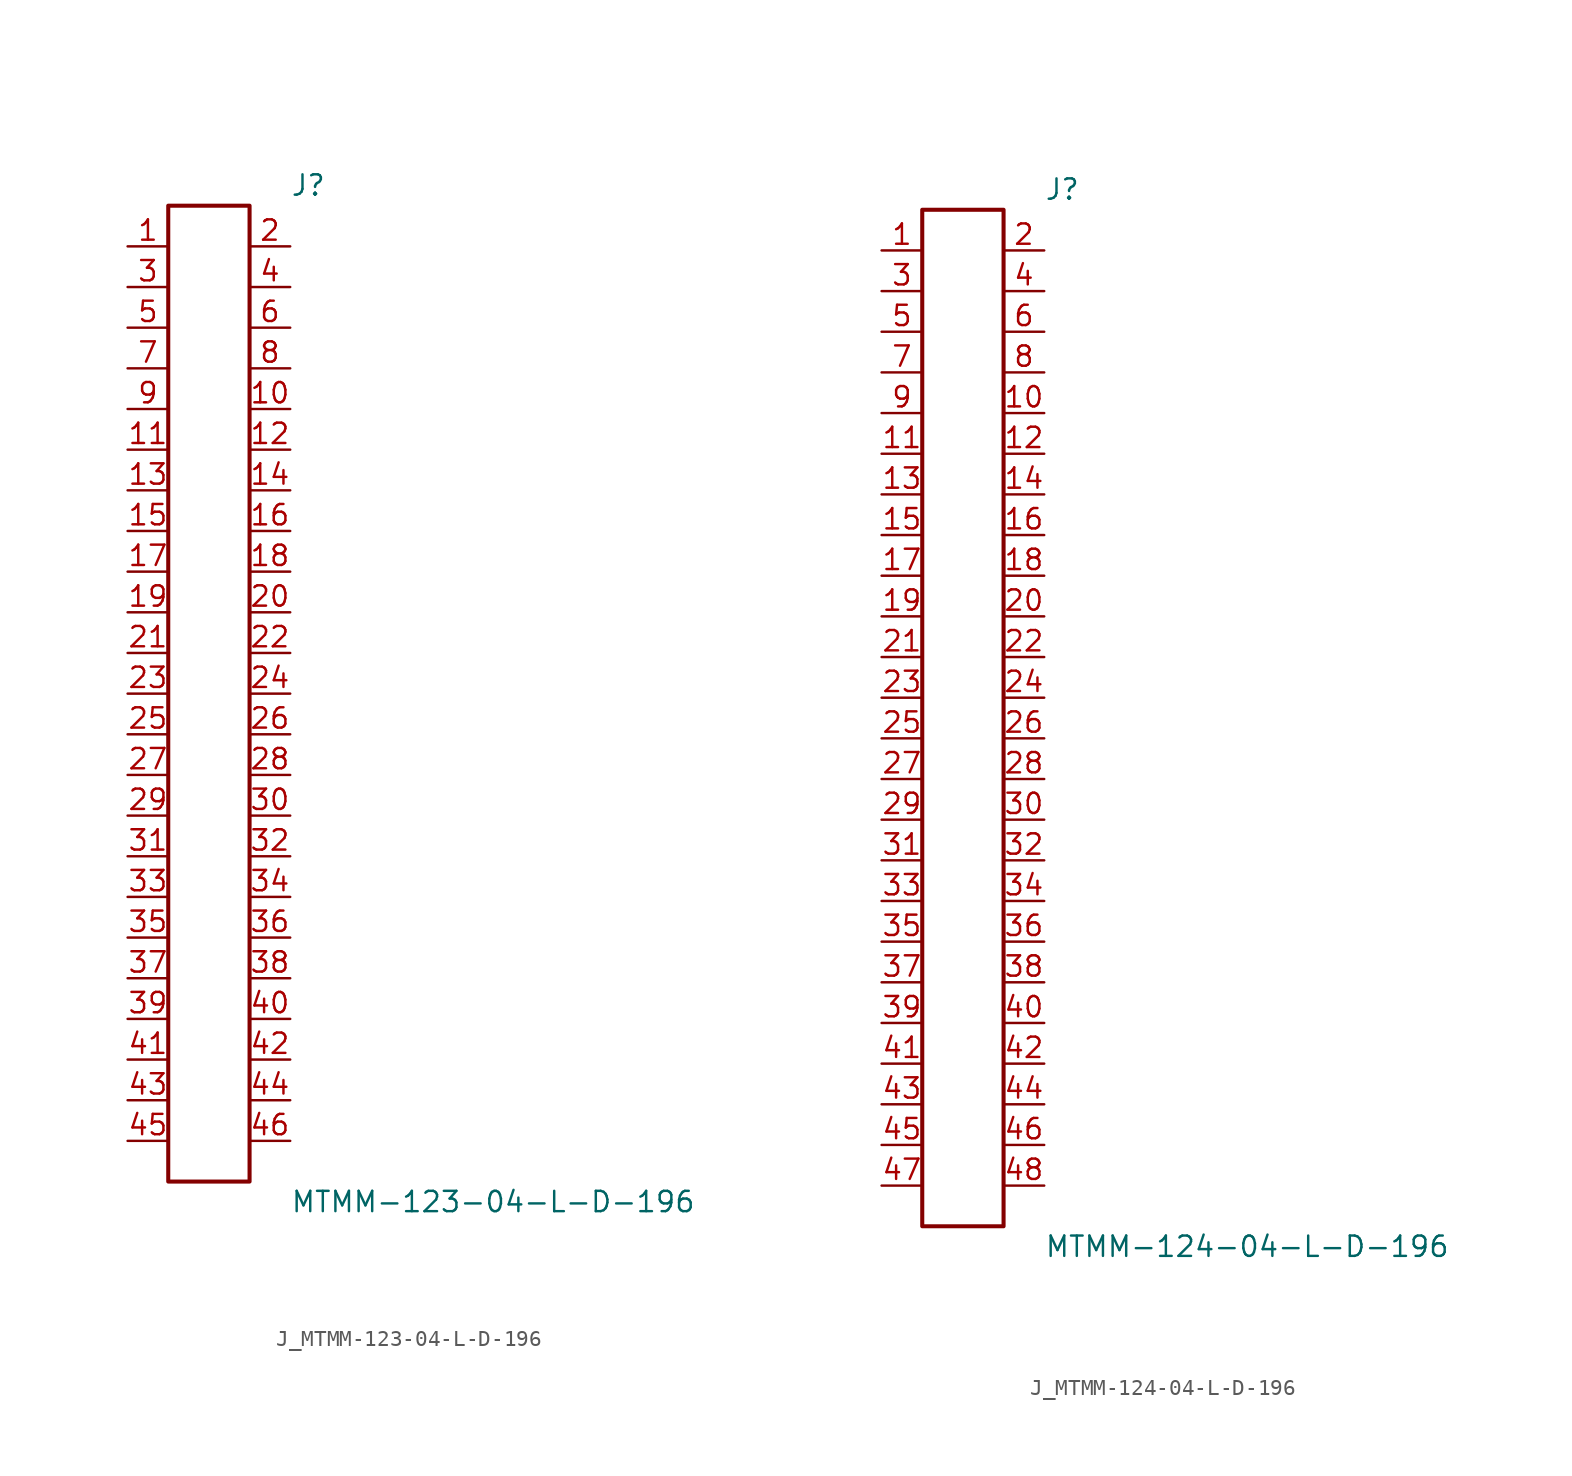
<source format=kicad_sym>
(kicad_symbol_lib
  (version 20231120)
  (generator kicad_symbol_editor)
  (generator_version 8.0)
  (symbol "J_MTMM-123-04-L-D-196"
    (pin_names
      (offset 0.254))
    (property "Reference" "J"
      (at 5.08 31.75 0)
      (effects (font (size 1.27 1.27)) (justify left)))
    (property "Value" "MTMM-123-04-L-D-196"
      (at 5.08 -31.75 0)
      (effects (font (size 1.27 1.27)) (justify left)))
    (symbol "J_MTMM-123-04-L-D-196_0_0"
      (pin passive line (at -5.08 27.94 0) (length 2.54) (name "" (effects (font (size 1.27 1.27)))) (number "1" (effects (font (size 1.27 1.27)))))
      (pin passive line (at 5.08 27.94 180) (length 2.54) (name "" (effects (font (size 1.27 1.27)))) (number "2" (effects (font (size 1.27 1.27)))))
      (pin passive line (at -5.08 25.4 0) (length 2.54) (name "" (effects (font (size 1.27 1.27)))) (number "3" (effects (font (size 1.27 1.27)))))
      (pin passive line (at 5.08 25.4 180) (length 2.54) (name "" (effects (font (size 1.27 1.27)))) (number "4" (effects (font (size 1.27 1.27)))))
      (pin passive line (at -5.08 22.86 0) (length 2.54) (name "" (effects (font (size 1.27 1.27)))) (number "5" (effects (font (size 1.27 1.27)))))
      (pin passive line (at 5.08 22.86 180) (length 2.54) (name "" (effects (font (size 1.27 1.27)))) (number "6" (effects (font (size 1.27 1.27)))))
      (pin passive line (at -5.08 20.32 0) (length 2.54) (name "" (effects (font (size 1.27 1.27)))) (number "7" (effects (font (size 1.27 1.27)))))
      (pin passive line (at 5.08 20.32 180) (length 2.54) (name "" (effects (font (size 1.27 1.27)))) (number "8" (effects (font (size 1.27 1.27)))))
      (pin passive line (at -5.08 17.78 0) (length 2.54) (name "" (effects (font (size 1.27 1.27)))) (number "9" (effects (font (size 1.27 1.27)))))
      (pin passive line (at 5.08 17.78 180) (length 2.54) (name "" (effects (font (size 1.27 1.27)))) (number "10" (effects (font (size 1.27 1.27)))))
      (pin passive line (at -5.08 15.24 0) (length 2.54) (name "" (effects (font (size 1.27 1.27)))) (number "11" (effects (font (size 1.27 1.27)))))
      (pin passive line (at 5.08 15.24 180) (length 2.54) (name "" (effects (font (size 1.27 1.27)))) (number "12" (effects (font (size 1.27 1.27)))))
      (pin passive line (at -5.08 12.7 0) (length 2.54) (name "" (effects (font (size 1.27 1.27)))) (number "13" (effects (font (size 1.27 1.27)))))
      (pin passive line (at 5.08 12.7 180) (length 2.54) (name "" (effects (font (size 1.27 1.27)))) (number "14" (effects (font (size 1.27 1.27)))))
      (pin passive line (at -5.08 10.16 0) (length 2.54) (name "" (effects (font (size 1.27 1.27)))) (number "15" (effects (font (size 1.27 1.27)))))
      (pin passive line (at 5.08 10.16 180) (length 2.54) (name "" (effects (font (size 1.27 1.27)))) (number "16" (effects (font (size 1.27 1.27)))))
      (pin passive line (at -5.08 7.62 0) (length 2.54) (name "" (effects (font (size 1.27 1.27)))) (number "17" (effects (font (size 1.27 1.27)))))
      (pin passive line (at 5.08 7.62 180) (length 2.54) (name "" (effects (font (size 1.27 1.27)))) (number "18" (effects (font (size 1.27 1.27)))))
      (pin passive line (at -5.08 5.08 0) (length 2.54) (name "" (effects (font (size 1.27 1.27)))) (number "19" (effects (font (size 1.27 1.27)))))
      (pin passive line (at 5.08 5.08 180) (length 2.54) (name "" (effects (font (size 1.27 1.27)))) (number "20" (effects (font (size 1.27 1.27)))))
      (pin passive line (at -5.08 2.54 0) (length 2.54) (name "" (effects (font (size 1.27 1.27)))) (number "21" (effects (font (size 1.27 1.27)))))
      (pin passive line (at 5.08 2.54 180) (length 2.54) (name "" (effects (font (size 1.27 1.27)))) (number "22" (effects (font (size 1.27 1.27)))))
      (pin passive line (at -5.08 0.0 0) (length 2.54) (name "" (effects (font (size 1.27 1.27)))) (number "23" (effects (font (size 1.27 1.27)))))
      (pin passive line (at 5.08 0.0 180) (length 2.54) (name "" (effects (font (size 1.27 1.27)))) (number "24" (effects (font (size 1.27 1.27)))))
      (pin passive line (at -5.08 -2.54 0) (length 2.54) (name "" (effects (font (size 1.27 1.27)))) (number "25" (effects (font (size 1.27 1.27)))))
      (pin passive line (at 5.08 -2.54 180) (length 2.54) (name "" (effects (font (size 1.27 1.27)))) (number "26" (effects (font (size 1.27 1.27)))))
      (pin passive line (at -5.08 -5.08 0) (length 2.54) (name "" (effects (font (size 1.27 1.27)))) (number "27" (effects (font (size 1.27 1.27)))))
      (pin passive line (at 5.08 -5.08 180) (length 2.54) (name "" (effects (font (size 1.27 1.27)))) (number "28" (effects (font (size 1.27 1.27)))))
      (pin passive line (at -5.08 -7.62 0) (length 2.54) (name "" (effects (font (size 1.27 1.27)))) (number "29" (effects (font (size 1.27 1.27)))))
      (pin passive line (at 5.08 -7.62 180) (length 2.54) (name "" (effects (font (size 1.27 1.27)))) (number "30" (effects (font (size 1.27 1.27)))))
      (pin passive line (at -5.08 -10.16 0) (length 2.54) (name "" (effects (font (size 1.27 1.27)))) (number "31" (effects (font (size 1.27 1.27)))))
      (pin passive line (at 5.08 -10.16 180) (length 2.54) (name "" (effects (font (size 1.27 1.27)))) (number "32" (effects (font (size 1.27 1.27)))))
      (pin passive line (at -5.08 -12.7 0) (length 2.54) (name "" (effects (font (size 1.27 1.27)))) (number "33" (effects (font (size 1.27 1.27)))))
      (pin passive line (at 5.08 -12.7 180) (length 2.54) (name "" (effects (font (size 1.27 1.27)))) (number "34" (effects (font (size 1.27 1.27)))))
      (pin passive line (at -5.08 -15.24 0) (length 2.54) (name "" (effects (font (size 1.27 1.27)))) (number "35" (effects (font (size 1.27 1.27)))))
      (pin passive line (at 5.08 -15.24 180) (length 2.54) (name "" (effects (font (size 1.27 1.27)))) (number "36" (effects (font (size 1.27 1.27)))))
      (pin passive line (at -5.08 -17.78 0) (length 2.54) (name "" (effects (font (size 1.27 1.27)))) (number "37" (effects (font (size 1.27 1.27)))))
      (pin passive line (at 5.08 -17.78 180) (length 2.54) (name "" (effects (font (size 1.27 1.27)))) (number "38" (effects (font (size 1.27 1.27)))))
      (pin passive line (at -5.08 -20.32 0) (length 2.54) (name "" (effects (font (size 1.27 1.27)))) (number "39" (effects (font (size 1.27 1.27)))))
      (pin passive line (at 5.08 -20.32 180) (length 2.54) (name "" (effects (font (size 1.27 1.27)))) (number "40" (effects (font (size 1.27 1.27)))))
      (pin passive line (at -5.08 -22.86 0) (length 2.54) (name "" (effects (font (size 1.27 1.27)))) (number "41" (effects (font (size 1.27 1.27)))))
      (pin passive line (at 5.08 -22.86 180) (length 2.54) (name "" (effects (font (size 1.27 1.27)))) (number "42" (effects (font (size 1.27 1.27)))))
      (pin passive line (at -5.08 -25.4 0) (length 2.54) (name "" (effects (font (size 1.27 1.27)))) (number "43" (effects (font (size 1.27 1.27)))))
      (pin passive line (at 5.08 -25.4 180) (length 2.54) (name "" (effects (font (size 1.27 1.27)))) (number "44" (effects (font (size 1.27 1.27)))))
      (pin passive line (at -5.08 -27.94 0) (length 2.54) (name "" (effects (font (size 1.27 1.27)))) (number "45" (effects (font (size 1.27 1.27)))))
      (pin passive line (at 5.08 -27.94 180) (length 2.54) (name "" (effects (font (size 1.27 1.27)))) (number "46" (effects (font (size 1.27 1.27))))))
    (symbol "J_MTMM-123-04-L-D-196_1_0"
      (rectangle (start -2.54 30.48) (end 2.54 -30.48) (stroke (width 0.254) (type solid)) (fill (type none)))))
  (symbol "J_MTMM-124-04-L-D-196"
    (pin_names
      (offset 0.254))
    (property "Reference" "J"
      (at 5.08 33.02 0)
      (effects (font (size 1.27 1.27)) (justify left)))
    (property "Value" "MTMM-124-04-L-D-196"
      (at 5.08 -33.02 0)
      (effects (font (size 1.27 1.27)) (justify left)))
    (symbol "J_MTMM-124-04-L-D-196_0_0"
      (pin passive line (at -5.08 29.21 0) (length 2.54) (name "" (effects (font (size 1.27 1.27)))) (number "1" (effects (font (size 1.27 1.27)))))
      (pin passive line (at 5.08 29.21 180) (length 2.54) (name "" (effects (font (size 1.27 1.27)))) (number "2" (effects (font (size 1.27 1.27)))))
      (pin passive line (at -5.08 26.67 0) (length 2.54) (name "" (effects (font (size 1.27 1.27)))) (number "3" (effects (font (size 1.27 1.27)))))
      (pin passive line (at 5.08 26.67 180) (length 2.54) (name "" (effects (font (size 1.27 1.27)))) (number "4" (effects (font (size 1.27 1.27)))))
      (pin passive line (at -5.08 24.13 0) (length 2.54) (name "" (effects (font (size 1.27 1.27)))) (number "5" (effects (font (size 1.27 1.27)))))
      (pin passive line (at 5.08 24.13 180) (length 2.54) (name "" (effects (font (size 1.27 1.27)))) (number "6" (effects (font (size 1.27 1.27)))))
      (pin passive line (at -5.08 21.59 0) (length 2.54) (name "" (effects (font (size 1.27 1.27)))) (number "7" (effects (font (size 1.27 1.27)))))
      (pin passive line (at 5.08 21.59 180) (length 2.54) (name "" (effects (font (size 1.27 1.27)))) (number "8" (effects (font (size 1.27 1.27)))))
      (pin passive line (at -5.08 19.05 0) (length 2.54) (name "" (effects (font (size 1.27 1.27)))) (number "9" (effects (font (size 1.27 1.27)))))
      (pin passive line (at 5.08 19.05 180) (length 2.54) (name "" (effects (font (size 1.27 1.27)))) (number "10" (effects (font (size 1.27 1.27)))))
      (pin passive line (at -5.08 16.51 0) (length 2.54) (name "" (effects (font (size 1.27 1.27)))) (number "11" (effects (font (size 1.27 1.27)))))
      (pin passive line (at 5.08 16.51 180) (length 2.54) (name "" (effects (font (size 1.27 1.27)))) (number "12" (effects (font (size 1.27 1.27)))))
      (pin passive line (at -5.08 13.97 0) (length 2.54) (name "" (effects (font (size 1.27 1.27)))) (number "13" (effects (font (size 1.27 1.27)))))
      (pin passive line (at 5.08 13.97 180) (length 2.54) (name "" (effects (font (size 1.27 1.27)))) (number "14" (effects (font (size 1.27 1.27)))))
      (pin passive line (at -5.08 11.43 0) (length 2.54) (name "" (effects (font (size 1.27 1.27)))) (number "15" (effects (font (size 1.27 1.27)))))
      (pin passive line (at 5.08 11.43 180) (length 2.54) (name "" (effects (font (size 1.27 1.27)))) (number "16" (effects (font (size 1.27 1.27)))))
      (pin passive line (at -5.08 8.89 0) (length 2.54) (name "" (effects (font (size 1.27 1.27)))) (number "17" (effects (font (size 1.27 1.27)))))
      (pin passive line (at 5.08 8.89 180) (length 2.54) (name "" (effects (font (size 1.27 1.27)))) (number "18" (effects (font (size 1.27 1.27)))))
      (pin passive line (at -5.08 6.35 0) (length 2.54) (name "" (effects (font (size 1.27 1.27)))) (number "19" (effects (font (size 1.27 1.27)))))
      (pin passive line (at 5.08 6.35 180) (length 2.54) (name "" (effects (font (size 1.27 1.27)))) (number "20" (effects (font (size 1.27 1.27)))))
      (pin passive line (at -5.08 3.81 0) (length 2.54) (name "" (effects (font (size 1.27 1.27)))) (number "21" (effects (font (size 1.27 1.27)))))
      (pin passive line (at 5.08 3.81 180) (length 2.54) (name "" (effects (font (size 1.27 1.27)))) (number "22" (effects (font (size 1.27 1.27)))))
      (pin passive line (at -5.08 1.27 0) (length 2.54) (name "" (effects (font (size 1.27 1.27)))) (number "23" (effects (font (size 1.27 1.27)))))
      (pin passive line (at 5.08 1.27 180) (length 2.54) (name "" (effects (font (size 1.27 1.27)))) (number "24" (effects (font (size 1.27 1.27)))))
      (pin passive line (at -5.08 -1.27 0) (length 2.54) (name "" (effects (font (size 1.27 1.27)))) (number "25" (effects (font (size 1.27 1.27)))))
      (pin passive line (at 5.08 -1.27 180) (length 2.54) (name "" (effects (font (size 1.27 1.27)))) (number "26" (effects (font (size 1.27 1.27)))))
      (pin passive line (at -5.08 -3.81 0) (length 2.54) (name "" (effects (font (size 1.27 1.27)))) (number "27" (effects (font (size 1.27 1.27)))))
      (pin passive line (at 5.08 -3.81 180) (length 2.54) (name "" (effects (font (size 1.27 1.27)))) (number "28" (effects (font (size 1.27 1.27)))))
      (pin passive line (at -5.08 -6.35 0) (length 2.54) (name "" (effects (font (size 1.27 1.27)))) (number "29" (effects (font (size 1.27 1.27)))))
      (pin passive line (at 5.08 -6.35 180) (length 2.54) (name "" (effects (font (size 1.27 1.27)))) (number "30" (effects (font (size 1.27 1.27)))))
      (pin passive line (at -5.08 -8.89 0) (length 2.54) (name "" (effects (font (size 1.27 1.27)))) (number "31" (effects (font (size 1.27 1.27)))))
      (pin passive line (at 5.08 -8.89 180) (length 2.54) (name "" (effects (font (size 1.27 1.27)))) (number "32" (effects (font (size 1.27 1.27)))))
      (pin passive line (at -5.08 -11.43 0) (length 2.54) (name "" (effects (font (size 1.27 1.27)))) (number "33" (effects (font (size 1.27 1.27)))))
      (pin passive line (at 5.08 -11.43 180) (length 2.54) (name "" (effects (font (size 1.27 1.27)))) (number "34" (effects (font (size 1.27 1.27)))))
      (pin passive line (at -5.08 -13.97 0) (length 2.54) (name "" (effects (font (size 1.27 1.27)))) (number "35" (effects (font (size 1.27 1.27)))))
      (pin passive line (at 5.08 -13.97 180) (length 2.54) (name "" (effects (font (size 1.27 1.27)))) (number "36" (effects (font (size 1.27 1.27)))))
      (pin passive line (at -5.08 -16.51 0) (length 2.54) (name "" (effects (font (size 1.27 1.27)))) (number "37" (effects (font (size 1.27 1.27)))))
      (pin passive line (at 5.08 -16.51 180) (length 2.54) (name "" (effects (font (size 1.27 1.27)))) (number "38" (effects (font (size 1.27 1.27)))))
      (pin passive line (at -5.08 -19.05 0) (length 2.54) (name "" (effects (font (size 1.27 1.27)))) (number "39" (effects (font (size 1.27 1.27)))))
      (pin passive line (at 5.08 -19.05 180) (length 2.54) (name "" (effects (font (size 1.27 1.27)))) (number "40" (effects (font (size 1.27 1.27)))))
      (pin passive line (at -5.08 -21.59 0) (length 2.54) (name "" (effects (font (size 1.27 1.27)))) (number "41" (effects (font (size 1.27 1.27)))))
      (pin passive line (at 5.08 -21.59 180) (length 2.54) (name "" (effects (font (size 1.27 1.27)))) (number "42" (effects (font (size 1.27 1.27)))))
      (pin passive line (at -5.08 -24.13 0) (length 2.54) (name "" (effects (font (size 1.27 1.27)))) (number "43" (effects (font (size 1.27 1.27)))))
      (pin passive line (at 5.08 -24.13 180) (length 2.54) (name "" (effects (font (size 1.27 1.27)))) (number "44" (effects (font (size 1.27 1.27)))))
      (pin passive line (at -5.08 -26.67 0) (length 2.54) (name "" (effects (font (size 1.27 1.27)))) (number "45" (effects (font (size 1.27 1.27)))))
      (pin passive line (at 5.08 -26.67 180) (length 2.54) (name "" (effects (font (size 1.27 1.27)))) (number "46" (effects (font (size 1.27 1.27)))))
      (pin passive line (at -5.08 -29.21 0) (length 2.54) (name "" (effects (font (size 1.27 1.27)))) (number "47" (effects (font (size 1.27 1.27)))))
      (pin passive line (at 5.08 -29.21 180) (length 2.54) (name "" (effects (font (size 1.27 1.27)))) (number "48" (effects (font (size 1.27 1.27))))))
    (symbol "J_MTMM-124-04-L-D-196_1_0"
      (rectangle (start -2.54 31.75) (end 2.54 -31.75) (stroke (width 0.254) (type solid)) (fill (type none))))))
</source>
